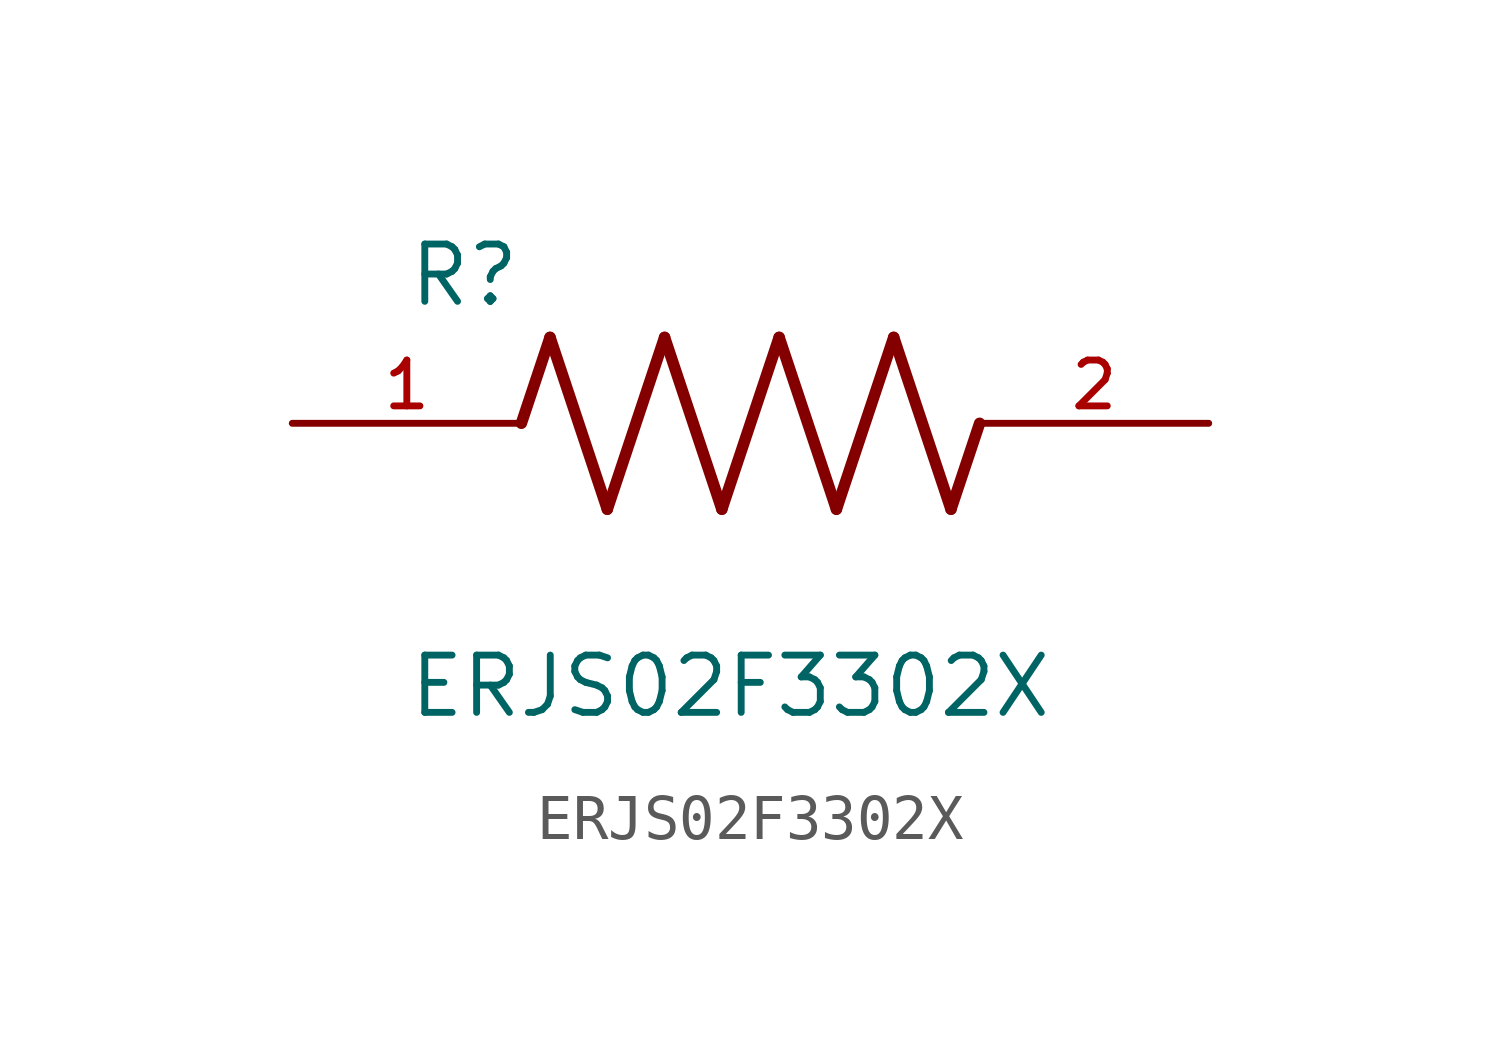
<source format=kicad_sym>
(kicad_symbol_lib
  (version 20211014)
  (generator kicad_symbol_editor)
  (symbol "ERJS02F3302X"
    (pin_names
      (offset 1.016))
    (property "Reference" "R"
      (at -7.624 2.541 0)
      (effects (font (size 1.27 1.27)) (justify bottom left)))
    (property "Value" "ERJS02F3302X"
      (at -7.624 -5.087 0)
      (effects (font (size 1.27 1.27)) (justify top left)))
    (symbol "ERJS02F3302X_0_0"
      (polyline (pts (xy -5.08 0.0) (xy -4.445 1.905)) (stroke (width 0.254)))
      (polyline (pts (xy -4.445 1.905) (xy -3.175 -1.905)) (stroke (width 0.254)))
      (polyline (pts (xy -3.175 -1.905) (xy -1.905 1.905)) (stroke (width 0.254)))
      (polyline (pts (xy -1.905 1.905) (xy -0.635 -1.905)) (stroke (width 0.254)))
      (polyline (pts (xy -0.635 -1.905) (xy 0.635 1.905)) (stroke (width 0.254)))
      (polyline (pts (xy 0.635 1.905) (xy 1.905 -1.905)) (stroke (width 0.254)))
      (polyline (pts (xy 1.905 -1.905) (xy 3.175 1.905)) (stroke (width 0.254)))
      (polyline (pts (xy 3.175 1.905) (xy 4.445 -1.905)) (stroke (width 0.254)))
      (polyline (pts (xy 4.445 -1.905) (xy 5.08 0.0)) (stroke (width 0.254)))
      (pin passive line (at -10.16 0.0 0) (length 5.08) (name "~" (effects (font (size 1.016 1.016)))) (number "1" (effects (font (size 1.016 1.016)))))
      (pin passive line (at 10.16 0.0 180.0) (length 5.08) (name "~" (effects (font (size 1.016 1.016)))) (number "2" (effects (font (size 1.016 1.016))))))))
</source>
